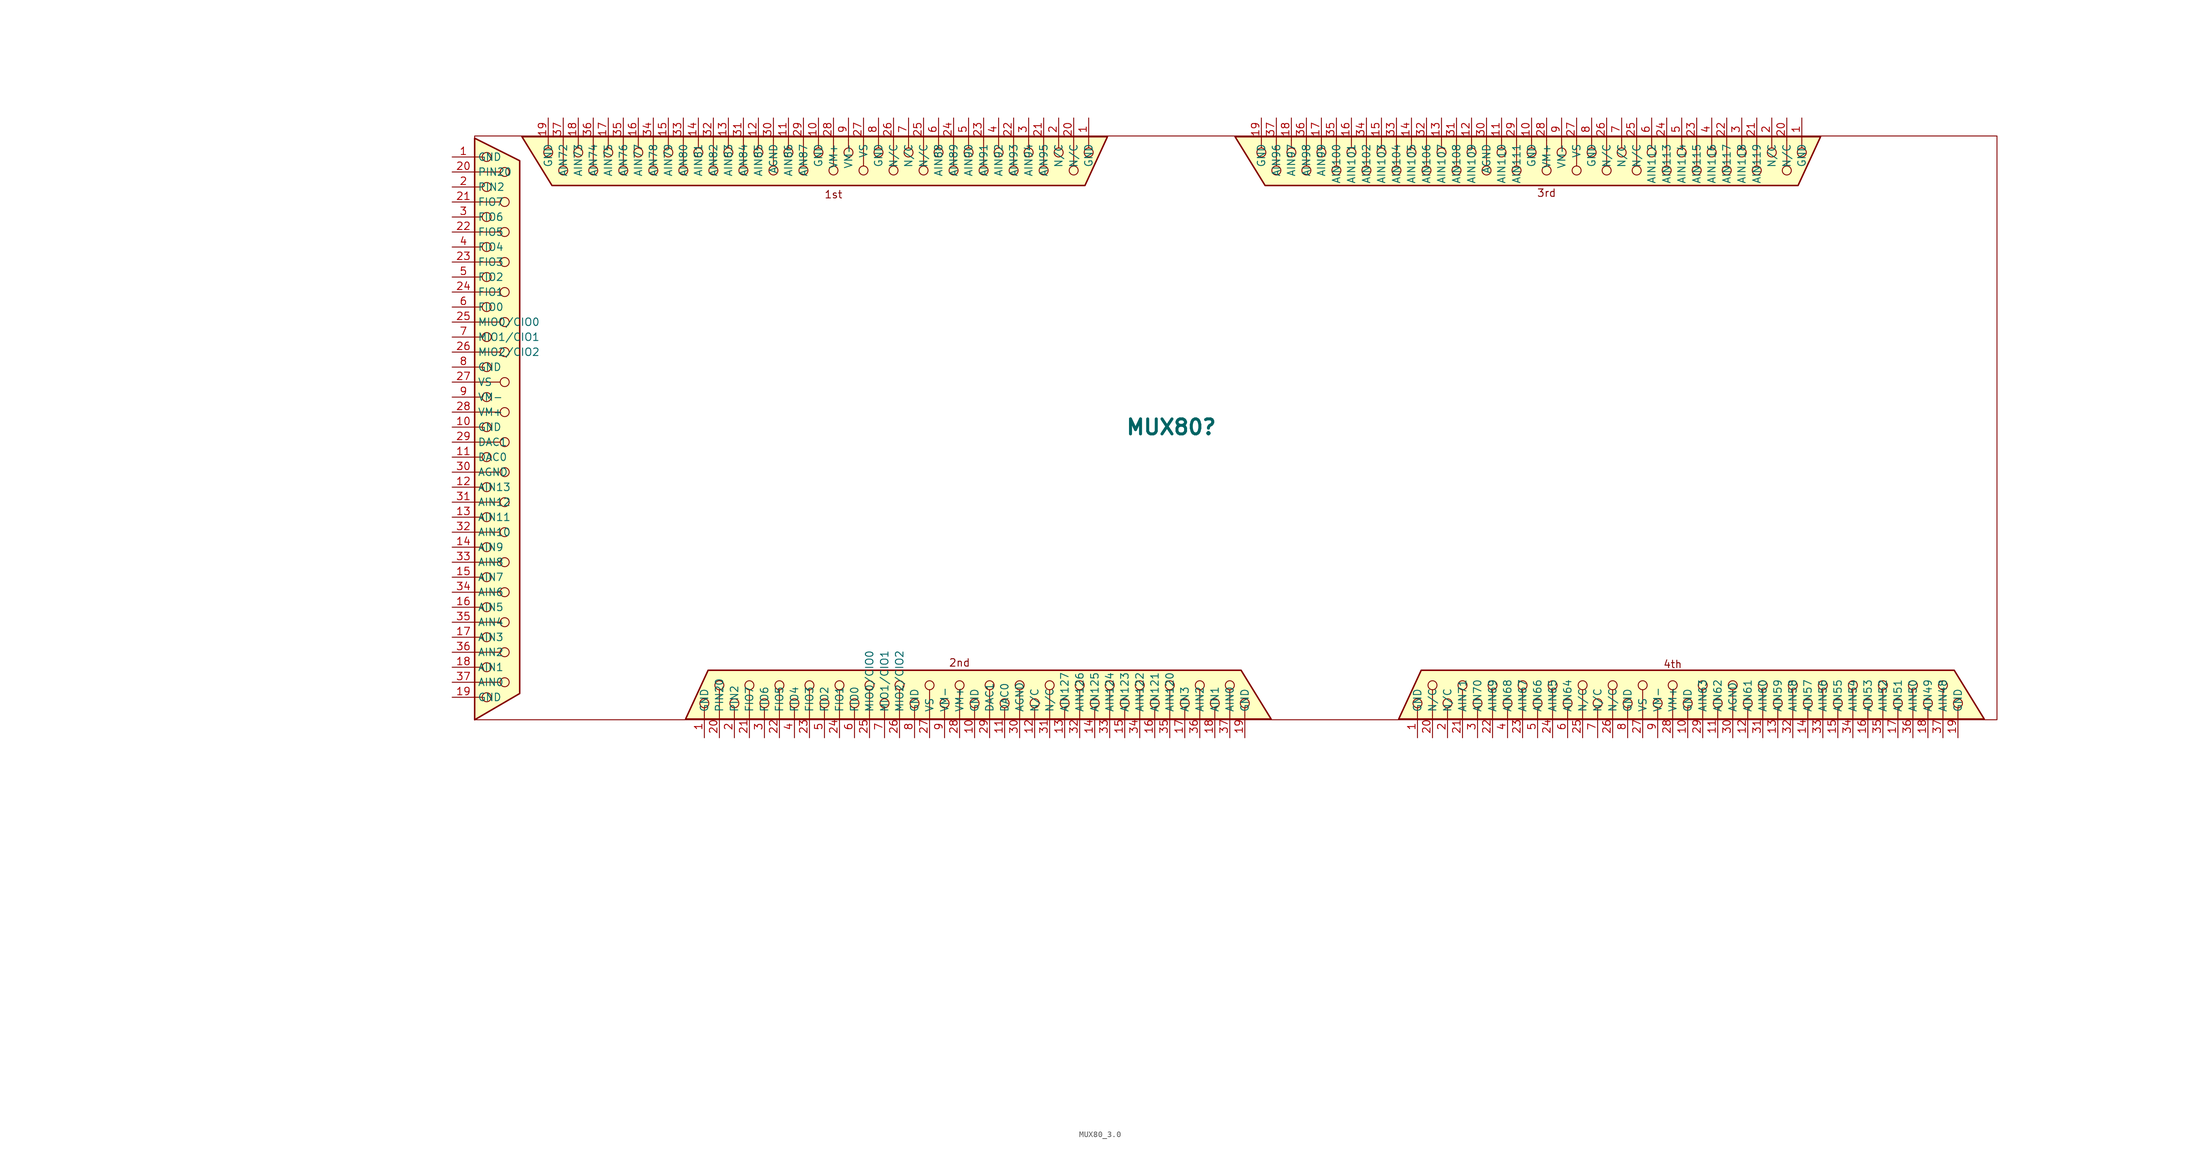
<source format=kicad_sym>
(kicad_symbol_lib
  (version 20241209)
  (generator "kicad_symbol_editor")
  (generator_version "9.0")
  (symbol "MUX80_3.0"
    (property "Reference" "MUX80"
      (at 163.576 102.87 0)
      (effects (font (size 2.54 2.54) (thickness 0.508) (bold yes))))
    (property "Value" ""
      (at 0 0 0)
      (effects (font (size 1.27 1.27))))
    (symbol "MUX80_3.0_0_1"
      (rectangle (start 45.72 152.146) (end 303.276 53.34) (stroke (width 0) (type default)) (fill (type none)))
      (polyline (pts (xy 45.72 148.59) (xy 46.99 148.59)) (stroke (width 0) (type default)) (fill (type none)))
      (polyline (pts (xy 45.72 146.05) (xy 50.038 146.05)) (stroke (width 0) (type default)) (fill (type none)))
      (polyline (pts (xy 45.72 143.51) (xy 46.99 143.51)) (stroke (width 0) (type default)) (fill (type none)))
      (polyline (pts (xy 45.72 140.97) (xy 50.038 140.97)) (stroke (width 0) (type default)) (fill (type none)))
      (polyline (pts (xy 45.72 138.43) (xy 46.99 138.43)) (stroke (width 0) (type default)) (fill (type none)))
      (polyline (pts (xy 45.72 135.89) (xy 50.038 135.89)) (stroke (width 0) (type default)) (fill (type none)))
      (polyline (pts (xy 45.72 133.35) (xy 46.99 133.35)) (stroke (width 0) (type default)) (fill (type none)))
      (polyline (pts (xy 45.72 130.81) (xy 50.038 130.81)) (stroke (width 0) (type default)) (fill (type none)))
      (polyline (pts (xy 45.72 128.27) (xy 46.99 128.27)) (stroke (width 0) (type default)) (fill (type none)))
      (polyline (pts (xy 45.72 125.73) (xy 50.038 125.73)) (stroke (width 0) (type default)) (fill (type none)))
      (polyline (pts (xy 45.72 123.19) (xy 46.99 123.19)) (stroke (width 0) (type default)) (fill (type none)))
      (polyline (pts (xy 45.72 120.65) (xy 50.038 120.65)) (stroke (width 0) (type default)) (fill (type none)))
      (polyline (pts (xy 45.72 118.11) (xy 46.99 118.11)) (stroke (width 0) (type default)) (fill (type none)))
      (polyline (pts (xy 45.72 115.57) (xy 50.038 115.57)) (stroke (width 0) (type default)) (fill (type none)))
      (polyline (pts (xy 45.72 113.03) (xy 46.99 113.03)) (stroke (width 0) (type default)) (fill (type none)))
      (polyline (pts (xy 45.72 110.49) (xy 50.038 110.49)) (stroke (width 0) (type default)) (fill (type none)))
      (polyline (pts (xy 45.72 107.95) (xy 46.99 107.95)) (stroke (width 0) (type default)) (fill (type none)))
      (polyline (pts (xy 45.72 105.41) (xy 50.038 105.41)) (stroke (width 0) (type default)) (fill (type none)))
      (polyline (pts (xy 45.72 102.87) (xy 46.99 102.87)) (stroke (width 0) (type default)) (fill (type none)))
      (polyline (pts (xy 45.72 100.33) (xy 50.038 100.33)) (stroke (width 0) (type default)) (fill (type none)))
      (polyline (pts (xy 45.72 97.79) (xy 46.99 97.79)) (stroke (width 0) (type default)) (fill (type none)))
      (polyline (pts (xy 45.72 95.25) (xy 50.038 95.25)) (stroke (width 0) (type default)) (fill (type none)))
      (polyline (pts (xy 45.72 92.71) (xy 46.99 92.71)) (stroke (width 0) (type default)) (fill (type none)))
      (polyline (pts (xy 45.72 90.17) (xy 50.038 90.17)) (stroke (width 0) (type default)) (fill (type none)))
      (polyline (pts (xy 45.72 87.63) (xy 46.99 87.63)) (stroke (width 0) (type default)) (fill (type none)))
      (polyline (pts (xy 45.72 85.09) (xy 50.038 85.09)) (stroke (width 0) (type default)) (fill (type none)))
      (polyline (pts (xy 45.72 82.55) (xy 46.99 82.55)) (stroke (width 0) (type default)) (fill (type none)))
      (polyline (pts (xy 45.72 80.01) (xy 50.038 80.01)) (stroke (width 0) (type default)) (fill (type none)))
      (polyline (pts (xy 45.72 77.47) (xy 46.99 77.47)) (stroke (width 0) (type default)) (fill (type none)))
      (polyline (pts (xy 45.72 74.93) (xy 50.038 74.93)) (stroke (width 0) (type default)) (fill (type none)))
      (polyline (pts (xy 45.72 72.39) (xy 46.99 72.39)) (stroke (width 0) (type default)) (fill (type none)))
      (polyline (pts (xy 45.72 69.85) (xy 50.038 69.85)) (stroke (width 0) (type default)) (fill (type none)))
      (polyline (pts (xy 45.72 67.31) (xy 46.99 67.31)) (stroke (width 0) (type default)) (fill (type none)))
      (polyline (pts (xy 45.72 64.77) (xy 50.038 64.77)) (stroke (width 0) (type default)) (fill (type none)))
      (polyline (pts (xy 45.72 62.23) (xy 46.99 62.23)) (stroke (width 0) (type default)) (fill (type none)))
      (polyline (pts (xy 45.72 59.69) (xy 50.038 59.69)) (stroke (width 0) (type default)) (fill (type none)))
      (polyline (pts (xy 45.72 57.15) (xy 46.99 57.15)) (stroke (width 0) (type default)) (fill (type none)))
      (polyline (pts (xy 45.72 53.34) (xy 53.34 57.785) (xy 53.34 147.955) (xy 45.72 151.765) (xy 45.72 53.34)) (stroke (width 0.254) (type default)) (fill (type background)))
      (circle (center 47.752 148.59) (radius 0.762) (stroke (width 0) (type default)) (fill (type none)))
      (circle (center 47.752 143.51) (radius 0.762) (stroke (width 0) (type default)) (fill (type none)))
      (circle (center 47.752 138.43) (radius 0.762) (stroke (width 0) (type default)) (fill (type none)))
      (circle (center 47.752 133.35) (radius 0.762) (stroke (width 0) (type default)) (fill (type none)))
      (circle (center 47.752 128.27) (radius 0.762) (stroke (width 0) (type default)) (fill (type none)))
      (circle (center 47.752 123.19) (radius 0.762) (stroke (width 0) (type default)) (fill (type none)))
      (circle (center 47.752 118.11) (radius 0.762) (stroke (width 0) (type default)) (fill (type none)))
      (circle (center 47.752 113.03) (radius 0.762) (stroke (width 0) (type default)) (fill (type none)))
      (circle (center 47.752 107.95) (radius 0.762) (stroke (width 0) (type default)) (fill (type none)))
      (circle (center 47.752 102.87) (radius 0.762) (stroke (width 0) (type default)) (fill (type none)))
      (circle (center 47.752 97.79) (radius 0.762) (stroke (width 0) (type default)) (fill (type none)))
      (circle (center 47.752 92.71) (radius 0.762) (stroke (width 0) (type default)) (fill (type none)))
      (circle (center 47.752 87.63) (radius 0.762) (stroke (width 0) (type default)) (fill (type none)))
      (circle (center 47.752 82.55) (radius 0.762) (stroke (width 0) (type default)) (fill (type none)))
      (circle (center 47.752 77.47) (radius 0.762) (stroke (width 0) (type default)) (fill (type none)))
      (circle (center 47.752 72.39) (radius 0.762) (stroke (width 0) (type default)) (fill (type none)))
      (circle (center 47.752 67.31) (radius 0.762) (stroke (width 0) (type default)) (fill (type none)))
      (circle (center 47.752 62.23) (radius 0.762) (stroke (width 0) (type default)) (fill (type none)))
      (circle (center 47.752 57.15) (radius 0.762) (stroke (width 0) (type default)) (fill (type none)))
      (circle (center 50.8 146.05) (radius 0.762) (stroke (width 0) (type default)) (fill (type none)))
      (circle (center 50.8 140.97) (radius 0.762) (stroke (width 0) (type default)) (fill (type none)))
      (circle (center 50.8 135.89) (radius 0.762) (stroke (width 0) (type default)) (fill (type none)))
      (circle (center 50.8 130.81) (radius 0.762) (stroke (width 0) (type default)) (fill (type none)))
      (circle (center 50.8 125.73) (radius 0.762) (stroke (width 0) (type default)) (fill (type none)))
      (circle (center 50.8 120.65) (radius 0.762) (stroke (width 0) (type default)) (fill (type none)))
      (circle (center 50.8 115.57) (radius 0.762) (stroke (width 0) (type default)) (fill (type none)))
      (circle (center 50.8 110.49) (radius 0.762) (stroke (width 0) (type default)) (fill (type none)))
      (circle (center 50.8 105.41) (radius 0.762) (stroke (width 0) (type default)) (fill (type none)))
      (circle (center 50.8 100.33) (radius 0.762) (stroke (width 0) (type default)) (fill (type none)))
      (circle (center 50.8 95.25) (radius 0.762) (stroke (width 0) (type default)) (fill (type none)))
      (circle (center 50.8 90.17) (radius 0.762) (stroke (width 0) (type default)) (fill (type none)))
      (circle (center 50.8 85.09) (radius 0.762) (stroke (width 0) (type default)) (fill (type none)))
      (circle (center 50.8 80.01) (radius 0.762) (stroke (width 0) (type default)) (fill (type none)))
      (circle (center 50.8 74.93) (radius 0.762) (stroke (width 0) (type default)) (fill (type none)))
      (circle (center 50.8 69.85) (radius 0.762) (stroke (width 0) (type default)) (fill (type none)))
      (circle (center 50.8 64.77) (radius 0.762) (stroke (width 0) (type default)) (fill (type none)))
      (circle (center 50.8 59.69) (radius 0.762) (stroke (width 0) (type default)) (fill (type none)))
      (polyline (pts (xy 53.721 152.019) (xy 58.801 143.764) (xy 148.971 143.764) (xy 152.781 152.019) (xy 53.721 152.019)) (stroke (width 0.254) (type default)) (fill (type background)))
      (polyline (pts (xy 58.166 151.384) (xy 58.166 150.114)) (stroke (width 0) (type default)) (fill (type none)))
      (circle (center 58.166 149.352) (radius 0.762) (stroke (width 0) (type default)) (fill (type none)))
      (polyline (pts (xy 60.706 151.384) (xy 60.706 147.066)) (stroke (width 0) (type default)) (fill (type none)))
      (circle (center 60.706 146.304) (radius 0.762) (stroke (width 0) (type default)) (fill (type none)))
      (polyline (pts (xy 63.246 151.384) (xy 63.246 150.114)) (stroke (width 0) (type default)) (fill (type none)))
      (circle (center 63.246 149.352) (radius 0.762) (stroke (width 0) (type default)) (fill (type none)))
      (polyline (pts (xy 65.786 151.384) (xy 65.786 147.066)) (stroke (width 0) (type default)) (fill (type none)))
      (circle (center 65.786 146.304) (radius 0.762) (stroke (width 0) (type default)) (fill (type none)))
      (polyline (pts (xy 68.326 151.384) (xy 68.326 150.114)) (stroke (width 0) (type default)) (fill (type none)))
      (circle (center 68.326 149.352) (radius 0.762) (stroke (width 0) (type default)) (fill (type none)))
      (polyline (pts (xy 70.866 151.384) (xy 70.866 147.066)) (stroke (width 0) (type default)) (fill (type none)))
      (circle (center 70.866 146.304) (radius 0.762) (stroke (width 0) (type default)) (fill (type none)))
      (polyline (pts (xy 73.406 151.384) (xy 73.406 150.114)) (stroke (width 0) (type default)) (fill (type none)))
      (circle (center 73.406 149.352) (radius 0.762) (stroke (width 0) (type default)) (fill (type none)))
      (polyline (pts (xy 75.946 151.384) (xy 75.946 147.066)) (stroke (width 0) (type default)) (fill (type none)))
      (circle (center 75.946 146.304) (radius 0.762) (stroke (width 0) (type default)) (fill (type none)))
      (polyline (pts (xy 78.486 151.384) (xy 78.486 150.114)) (stroke (width 0) (type default)) (fill (type none)))
      (circle (center 78.486 149.352) (radius 0.762) (stroke (width 0) (type default)) (fill (type none)))
      (polyline (pts (xy 81.026 151.384) (xy 81.026 147.066)) (stroke (width 0) (type default)) (fill (type none)))
      (circle (center 81.026 146.304) (radius 0.762) (stroke (width 0) (type default)) (fill (type none)))
      (polyline (pts (xy 83.566 151.384) (xy 83.566 150.114)) (stroke (width 0) (type default)) (fill (type none)))
      (circle (center 83.566 149.352) (radius 0.762) (stroke (width 0) (type default)) (fill (type none)))
      (circle (center 84.582 56.134) (radius 0.762) (stroke (width 0) (type default)) (fill (type none)))
      (polyline (pts (xy 84.582 54.102) (xy 84.582 55.372)) (stroke (width 0) (type default)) (fill (type none)))
      (polyline (pts (xy 86.106 151.384) (xy 86.106 147.066)) (stroke (width 0) (type default)) (fill (type none)))
      (circle (center 86.106 146.304) (radius 0.762) (stroke (width 0) (type default)) (fill (type none)))
      (circle (center 87.122 59.182) (radius 0.762) (stroke (width 0) (type default)) (fill (type none)))
      (polyline (pts (xy 87.122 54.102) (xy 87.122 58.42)) (stroke (width 0) (type default)) (fill (type none)))
      (polyline (pts (xy 88.646 151.384) (xy 88.646 150.114)) (stroke (width 0) (type default)) (fill (type none)))
      (circle (center 88.646 149.352) (radius 0.762) (stroke (width 0) (type default)) (fill (type none)))
      (circle (center 89.662 56.134) (radius 0.762) (stroke (width 0) (type default)) (fill (type none)))
      (polyline (pts (xy 89.662 54.102) (xy 89.662 55.372)) (stroke (width 0) (type default)) (fill (type none)))
      (polyline (pts (xy 91.186 151.384) (xy 91.186 147.066)) (stroke (width 0) (type default)) (fill (type none)))
      (circle (center 91.186 146.304) (radius 0.762) (stroke (width 0) (type default)) (fill (type none)))
      (circle (center 92.202 59.182) (radius 0.762) (stroke (width 0) (type default)) (fill (type none)))
      (polyline (pts (xy 92.202 54.102) (xy 92.202 58.42)) (stroke (width 0) (type default)) (fill (type none)))
      (polyline (pts (xy 93.726 151.384) (xy 93.726 150.114)) (stroke (width 0) (type default)) (fill (type none)))
      (circle (center 93.726 149.352) (radius 0.762) (stroke (width 0) (type default)) (fill (type none)))
      (circle (center 94.742 56.134) (radius 0.762) (stroke (width 0) (type default)) (fill (type none)))
      (polyline (pts (xy 94.742 54.102) (xy 94.742 55.372)) (stroke (width 0) (type default)) (fill (type none)))
      (polyline (pts (xy 96.266 151.384) (xy 96.266 147.066)) (stroke (width 0) (type default)) (fill (type none)))
      (circle (center 96.266 146.304) (radius 0.762) (stroke (width 0) (type default)) (fill (type none)))
      (circle (center 97.282 59.182) (radius 0.762) (stroke (width 0) (type default)) (fill (type none)))
      (polyline (pts (xy 97.282 54.102) (xy 97.282 58.42)) (stroke (width 0) (type default)) (fill (type none)))
      (polyline (pts (xy 98.806 151.384) (xy 98.806 150.114)) (stroke (width 0) (type default)) (fill (type none)))
      (circle (center 98.806 149.352) (radius 0.762) (stroke (width 0) (type default)) (fill (type none)))
      (circle (center 99.822 56.134) (radius 0.762) (stroke (width 0) (type default)) (fill (type none)))
      (polyline (pts (xy 99.822 54.102) (xy 99.822 55.372)) (stroke (width 0) (type default)) (fill (type none)))
      (polyline (pts (xy 101.346 151.384) (xy 101.346 147.066)) (stroke (width 0) (type default)) (fill (type none)))
      (circle (center 101.346 146.304) (radius 0.762) (stroke (width 0) (type default)) (fill (type none)))
      (circle (center 102.362 59.182) (radius 0.762) (stroke (width 0) (type default)) (fill (type none)))
      (polyline (pts (xy 102.362 54.102) (xy 102.362 58.42)) (stroke (width 0) (type default)) (fill (type none)))
      (polyline (pts (xy 103.886 151.384) (xy 103.886 150.114)) (stroke (width 0) (type default)) (fill (type none)))
      (circle (center 103.886 149.352) (radius 0.762) (stroke (width 0) (type default)) (fill (type none)))
      (circle (center 104.902 56.134) (radius 0.762) (stroke (width 0) (type default)) (fill (type none)))
      (polyline (pts (xy 104.902 54.102) (xy 104.902 55.372)) (stroke (width 0) (type default)) (fill (type none)))
      (polyline (pts (xy 106.426 151.384) (xy 106.426 147.066)) (stroke (width 0) (type default)) (fill (type none)))
      (circle (center 106.426 146.304) (radius 0.762) (stroke (width 0) (type default)) (fill (type none)))
      (circle (center 107.442 59.182) (radius 0.762) (stroke (width 0) (type default)) (fill (type none)))
      (polyline (pts (xy 107.442 54.102) (xy 107.442 58.42)) (stroke (width 0) (type default)) (fill (type none)))
      (polyline (pts (xy 108.966 151.384) (xy 108.966 150.114)) (stroke (width 0) (type default)) (fill (type none)))
      (circle (center 108.966 149.352) (radius 0.762) (stroke (width 0) (type default)) (fill (type none)))
      (circle (center 109.982 56.134) (radius 0.762) (stroke (width 0) (type default)) (fill (type none)))
      (polyline (pts (xy 109.982 54.102) (xy 109.982 55.372)) (stroke (width 0) (type default)) (fill (type none)))
      (polyline (pts (xy 111.506 151.384) (xy 111.506 147.066)) (stroke (width 0) (type default)) (fill (type none)))
      (circle (center 111.506 146.304) (radius 0.762) (stroke (width 0) (type default)) (fill (type none)))
      (circle (center 112.522 59.182) (radius 0.762) (stroke (width 0) (type default)) (fill (type none)))
      (polyline (pts (xy 112.522 54.102) (xy 112.522 58.42)) (stroke (width 0) (type default)) (fill (type none)))
      (polyline (pts (xy 114.046 151.384) (xy 114.046 150.114)) (stroke (width 0) (type default)) (fill (type none)))
      (circle (center 114.046 149.352) (radius 0.762) (stroke (width 0) (type default)) (fill (type none)))
      (circle (center 115.062 56.134) (radius 0.762) (stroke (width 0) (type default)) (fill (type none)))
      (polyline (pts (xy 115.062 54.102) (xy 115.062 55.372)) (stroke (width 0) (type default)) (fill (type none)))
      (polyline (pts (xy 116.586 151.384) (xy 116.586 147.066)) (stroke (width 0) (type default)) (fill (type none)))
      (circle (center 116.586 146.304) (radius 0.762) (stroke (width 0) (type default)) (fill (type none)))
      (circle (center 117.602 59.182) (radius 0.762) (stroke (width 0) (type default)) (fill (type none)))
      (polyline (pts (xy 117.602 54.102) (xy 117.602 58.42)) (stroke (width 0) (type default)) (fill (type none)))
      (polyline (pts (xy 119.126 151.384) (xy 119.126 150.114)) (stroke (width 0) (type default)) (fill (type none)))
      (circle (center 119.126 149.352) (radius 0.762) (stroke (width 0) (type default)) (fill (type none)))
      (circle (center 120.142 56.134) (radius 0.762) (stroke (width 0) (type default)) (fill (type none)))
      (polyline (pts (xy 120.142 54.102) (xy 120.142 55.372)) (stroke (width 0) (type default)) (fill (type none)))
      (polyline (pts (xy 121.666 151.384) (xy 121.666 147.066)) (stroke (width 0) (type default)) (fill (type none)))
      (circle (center 121.666 146.304) (radius 0.762) (stroke (width 0) (type default)) (fill (type none)))
      (circle (center 122.682 59.182) (radius 0.762) (stroke (width 0) (type default)) (fill (type none)))
      (polyline (pts (xy 122.682 54.102) (xy 122.682 58.42)) (stroke (width 0) (type default)) (fill (type none)))
      (polyline (pts (xy 124.206 151.384) (xy 124.206 150.114)) (stroke (width 0) (type default)) (fill (type none)))
      (circle (center 124.206 149.352) (radius 0.762) (stroke (width 0) (type default)) (fill (type none)))
      (circle (center 125.222 56.134) (radius 0.762) (stroke (width 0) (type default)) (fill (type none)))
      (polyline (pts (xy 125.222 54.102) (xy 125.222 55.372)) (stroke (width 0) (type default)) (fill (type none)))
      (polyline (pts (xy 126.746 151.384) (xy 126.746 147.066)) (stroke (width 0) (type default)) (fill (type none)))
      (circle (center 126.746 146.304) (radius 0.762) (stroke (width 0) (type default)) (fill (type none)))
      (circle (center 127.762 59.182) (radius 0.762) (stroke (width 0) (type default)) (fill (type none)))
      (polyline (pts (xy 127.762 54.102) (xy 127.762 58.42)) (stroke (width 0) (type default)) (fill (type none)))
      (polyline (pts (xy 129.286 151.384) (xy 129.286 150.114)) (stroke (width 0) (type default)) (fill (type none)))
      (circle (center 129.286 149.352) (radius 0.762) (stroke (width 0) (type default)) (fill (type none)))
      (circle (center 130.302 56.134) (radius 0.762) (stroke (width 0) (type default)) (fill (type none)))
      (polyline (pts (xy 130.302 54.102) (xy 130.302 55.372)) (stroke (width 0) (type default)) (fill (type none)))
      (polyline (pts (xy 131.826 151.384) (xy 131.826 147.066)) (stroke (width 0) (type default)) (fill (type none)))
      (circle (center 131.826 146.304) (radius 0.762) (stroke (width 0) (type default)) (fill (type none)))
      (circle (center 132.842 59.182) (radius 0.762) (stroke (width 0) (type default)) (fill (type none)))
      (polyline (pts (xy 132.842 54.102) (xy 132.842 58.42)) (stroke (width 0) (type default)) (fill (type none)))
      (polyline (pts (xy 134.366 151.384) (xy 134.366 150.114)) (stroke (width 0) (type default)) (fill (type none)))
      (circle (center 134.366 149.352) (radius 0.762) (stroke (width 0) (type default)) (fill (type none)))
      (circle (center 135.382 56.134) (radius 0.762) (stroke (width 0) (type default)) (fill (type none)))
      (polyline (pts (xy 135.382 54.102) (xy 135.382 55.372)) (stroke (width 0) (type default)) (fill (type none)))
      (polyline (pts (xy 136.906 151.384) (xy 136.906 147.066)) (stroke (width 0) (type default)) (fill (type none)))
      (circle (center 136.906 146.304) (radius 0.762) (stroke (width 0) (type default)) (fill (type none)))
      (circle (center 137.922 59.182) (radius 0.762) (stroke (width 0) (type default)) (fill (type none)))
      (polyline (pts (xy 137.922 54.102) (xy 137.922 58.42)) (stroke (width 0) (type default)) (fill (type none)))
      (polyline (pts (xy 139.446 151.384) (xy 139.446 150.114)) (stroke (width 0) (type default)) (fill (type none)))
      (circle (center 139.446 149.352) (radius 0.762) (stroke (width 0) (type default)) (fill (type none)))
      (circle (center 140.462 56.134) (radius 0.762) (stroke (width 0) (type default)) (fill (type none)))
      (polyline (pts (xy 140.462 54.102) (xy 140.462 55.372)) (stroke (width 0) (type default)) (fill (type none)))
      (polyline (pts (xy 141.986 151.384) (xy 141.986 147.066)) (stroke (width 0) (type default)) (fill (type none)))
      (circle (center 141.986 146.304) (radius 0.762) (stroke (width 0) (type default)) (fill (type none)))
      (circle (center 143.002 59.182) (radius 0.762) (stroke (width 0) (type default)) (fill (type none)))
      (polyline (pts (xy 143.002 54.102) (xy 143.002 58.42)) (stroke (width 0) (type default)) (fill (type none)))
      (polyline (pts (xy 144.526 151.384) (xy 144.526 150.114)) (stroke (width 0) (type default)) (fill (type none)))
      (circle (center 144.526 149.352) (radius 0.762) (stroke (width 0) (type default)) (fill (type none)))
      (circle (center 145.542 56.134) (radius 0.762) (stroke (width 0) (type default)) (fill (type none)))
      (polyline (pts (xy 145.542 54.102) (xy 145.542 55.372)) (stroke (width 0) (type default)) (fill (type none)))
      (polyline (pts (xy 147.066 151.384) (xy 147.066 147.066)) (stroke (width 0) (type default)) (fill (type none)))
      (circle (center 147.066 146.304) (radius 0.762) (stroke (width 0) (type default)) (fill (type none)))
      (circle (center 148.082 59.182) (radius 0.762) (stroke (width 0) (type default)) (fill (type none)))
      (polyline (pts (xy 148.082 54.102) (xy 148.082 58.42)) (stroke (width 0) (type default)) (fill (type none)))
      (polyline (pts (xy 149.606 151.384) (xy 149.606 150.114)) (stroke (width 0) (type default)) (fill (type none)))
      (circle (center 149.606 149.352) (radius 0.762) (stroke (width 0) (type default)) (fill (type none)))
      (circle (center 150.622 56.134) (radius 0.762) (stroke (width 0) (type default)) (fill (type none)))
      (polyline (pts (xy 150.622 54.102) (xy 150.622 55.372)) (stroke (width 0) (type default)) (fill (type none)))
      (circle (center 153.162 59.182) (radius 0.762) (stroke (width 0) (type default)) (fill (type none)))
      (polyline (pts (xy 153.162 54.102) (xy 153.162 58.42)) (stroke (width 0) (type default)) (fill (type none)))
      (circle (center 155.702 56.134) (radius 0.762) (stroke (width 0) (type default)) (fill (type none)))
      (polyline (pts (xy 155.702 54.102) (xy 155.702 55.372)) (stroke (width 0) (type default)) (fill (type none)))
      (circle (center 158.242 59.182) (radius 0.762) (stroke (width 0) (type default)) (fill (type none)))
      (polyline (pts (xy 158.242 54.102) (xy 158.242 58.42)) (stroke (width 0) (type default)) (fill (type none)))
      (circle (center 160.782 56.134) (radius 0.762) (stroke (width 0) (type default)) (fill (type none)))
      (polyline (pts (xy 160.782 54.102) (xy 160.782 55.372)) (stroke (width 0) (type default)) (fill (type none)))
      (circle (center 163.322 59.182) (radius 0.762) (stroke (width 0) (type default)) (fill (type none)))
      (polyline (pts (xy 163.322 54.102) (xy 163.322 58.42)) (stroke (width 0) (type default)) (fill (type none)))
      (circle (center 165.862 56.134) (radius 0.762) (stroke (width 0) (type default)) (fill (type none)))
      (polyline (pts (xy 165.862 54.102) (xy 165.862 55.372)) (stroke (width 0) (type default)) (fill (type none)))
      (circle (center 168.402 59.182) (radius 0.762) (stroke (width 0) (type default)) (fill (type none)))
      (polyline (pts (xy 168.402 54.102) (xy 168.402 58.42)) (stroke (width 0) (type default)) (fill (type none)))
      (circle (center 170.942 56.134) (radius 0.762) (stroke (width 0) (type default)) (fill (type none)))
      (polyline (pts (xy 170.942 54.102) (xy 170.942 55.372)) (stroke (width 0) (type default)) (fill (type none)))
      (circle (center 173.482 59.182) (radius 0.762) (stroke (width 0) (type default)) (fill (type none)))
      (polyline (pts (xy 173.482 54.102) (xy 173.482 58.42)) (stroke (width 0) (type default)) (fill (type none)))
      (polyline (pts (xy 174.371 152.019) (xy 179.451 143.764) (xy 269.621 143.764) (xy 273.431 152.019) (xy 174.371 152.019)) (stroke (width 0.254) (type default)) (fill (type background)))
      (circle (center 176.022 56.134) (radius 0.762) (stroke (width 0) (type default)) (fill (type none)))
      (polyline (pts (xy 176.022 54.102) (xy 176.022 55.372)) (stroke (width 0) (type default)) (fill (type none)))
      (polyline (pts (xy 178.816 151.384) (xy 178.816 150.114)) (stroke (width 0) (type default)) (fill (type none)))
      (circle (center 178.816 149.352) (radius 0.762) (stroke (width 0) (type default)) (fill (type none)))
      (polyline (pts (xy 180.467 53.467) (xy 175.387 61.722) (xy 85.217 61.722) (xy 81.407 53.467) (xy 180.467 53.467)) (stroke (width 0.254) (type default)) (fill (type background)))
      (polyline (pts (xy 181.356 151.384) (xy 181.356 147.066)) (stroke (width 0) (type default)) (fill (type none)))
      (circle (center 181.356 146.304) (radius 0.762) (stroke (width 0) (type default)) (fill (type none)))
      (polyline (pts (xy 183.896 151.384) (xy 183.896 150.114)) (stroke (width 0) (type default)) (fill (type none)))
      (circle (center 183.896 149.352) (radius 0.762) (stroke (width 0) (type default)) (fill (type none)))
      (polyline (pts (xy 186.436 151.384) (xy 186.436 147.066)) (stroke (width 0) (type default)) (fill (type none)))
      (circle (center 186.436 146.304) (radius 0.762) (stroke (width 0) (type default)) (fill (type none)))
      (polyline (pts (xy 188.976 151.384) (xy 188.976 150.114)) (stroke (width 0) (type default)) (fill (type none)))
      (circle (center 188.976 149.352) (radius 0.762) (stroke (width 0) (type default)) (fill (type none)))
      (polyline (pts (xy 191.516 151.384) (xy 191.516 147.066)) (stroke (width 0) (type default)) (fill (type none)))
      (circle (center 191.516 146.304) (radius 0.762) (stroke (width 0) (type default)) (fill (type none)))
      (polyline (pts (xy 194.056 151.384) (xy 194.056 150.114)) (stroke (width 0) (type default)) (fill (type none)))
      (circle (center 194.056 149.352) (radius 0.762) (stroke (width 0) (type default)) (fill (type none)))
      (polyline (pts (xy 196.596 151.384) (xy 196.596 147.066)) (stroke (width 0) (type default)) (fill (type none)))
      (circle (center 196.596 146.304) (radius 0.762) (stroke (width 0) (type default)) (fill (type none)))
      (polyline (pts (xy 199.136 151.384) (xy 199.136 150.114)) (stroke (width 0) (type default)) (fill (type none)))
      (circle (center 199.136 149.352) (radius 0.762) (stroke (width 0) (type default)) (fill (type none)))
      (polyline (pts (xy 201.676 151.384) (xy 201.676 147.066)) (stroke (width 0) (type default)) (fill (type none)))
      (circle (center 201.676 146.304) (radius 0.762) (stroke (width 0) (type default)) (fill (type none)))
      (polyline (pts (xy 204.216 151.384) (xy 204.216 150.114)) (stroke (width 0) (type default)) (fill (type none)))
      (circle (center 204.216 149.352) (radius 0.762) (stroke (width 0) (type default)) (fill (type none)))
      (circle (center 205.232 56.134) (radius 0.762) (stroke (width 0) (type default)) (fill (type none)))
      (polyline (pts (xy 205.232 54.102) (xy 205.232 55.372)) (stroke (width 0) (type default)) (fill (type none)))
      (polyline (pts (xy 206.756 151.384) (xy 206.756 147.066)) (stroke (width 0) (type default)) (fill (type none)))
      (circle (center 206.756 146.304) (radius 0.762) (stroke (width 0) (type default)) (fill (type none)))
      (circle (center 207.772 59.182) (radius 0.762) (stroke (width 0) (type default)) (fill (type none)))
      (polyline (pts (xy 207.772 54.102) (xy 207.772 58.42)) (stroke (width 0) (type default)) (fill (type none)))
      (polyline (pts (xy 209.296 151.384) (xy 209.296 150.114)) (stroke (width 0) (type default)) (fill (type none)))
      (circle (center 209.296 149.352) (radius 0.762) (stroke (width 0) (type default)) (fill (type none)))
      (circle (center 210.312 56.134) (radius 0.762) (stroke (width 0) (type default)) (fill (type none)))
      (polyline (pts (xy 210.312 54.102) (xy 210.312 55.372)) (stroke (width 0) (type default)) (fill (type none)))
      (polyline (pts (xy 211.836 151.384) (xy 211.836 147.066)) (stroke (width 0) (type default)) (fill (type none)))
      (circle (center 211.836 146.304) (radius 0.762) (stroke (width 0) (type default)) (fill (type none)))
      (circle (center 212.852 59.182) (radius 0.762) (stroke (width 0) (type default)) (fill (type none)))
      (polyline (pts (xy 212.852 54.102) (xy 212.852 58.42)) (stroke (width 0) (type default)) (fill (type none)))
      (polyline (pts (xy 214.376 151.384) (xy 214.376 150.114)) (stroke (width 0) (type default)) (fill (type none)))
      (circle (center 214.376 149.352) (radius 0.762) (stroke (width 0) (type default)) (fill (type none)))
      (circle (center 215.392 56.134) (radius 0.762) (stroke (width 0) (type default)) (fill (type none)))
      (polyline (pts (xy 215.392 54.102) (xy 215.392 55.372)) (stroke (width 0) (type default)) (fill (type none)))
      (polyline (pts (xy 216.916 151.384) (xy 216.916 147.066)) (stroke (width 0) (type default)) (fill (type none)))
      (circle (center 216.916 146.304) (radius 0.762) (stroke (width 0) (type default)) (fill (type none)))
      (circle (center 217.932 59.182) (radius 0.762) (stroke (width 0) (type default)) (fill (type none)))
      (polyline (pts (xy 217.932 54.102) (xy 217.932 58.42)) (stroke (width 0) (type default)) (fill (type none)))
      (polyline (pts (xy 219.456 151.384) (xy 219.456 150.114)) (stroke (width 0) (type default)) (fill (type none)))
      (circle (center 219.456 149.352) (radius 0.762) (stroke (width 0) (type default)) (fill (type none)))
      (circle (center 220.472 56.134) (radius 0.762) (stroke (width 0) (type default)) (fill (type none)))
      (polyline (pts (xy 220.472 54.102) (xy 220.472 55.372)) (stroke (width 0) (type default)) (fill (type none)))
      (polyline (pts (xy 221.996 151.384) (xy 221.996 147.066)) (stroke (width 0) (type default)) (fill (type none)))
      (circle (center 221.996 146.304) (radius 0.762) (stroke (width 0) (type default)) (fill (type none)))
      (circle (center 223.012 59.182) (radius 0.762) (stroke (width 0) (type default)) (fill (type none)))
      (polyline (pts (xy 223.012 54.102) (xy 223.012 58.42)) (stroke (width 0) (type default)) (fill (type none)))
      (polyline (pts (xy 224.536 151.384) (xy 224.536 150.114)) (stroke (width 0) (type default)) (fill (type none)))
      (circle (center 224.536 149.352) (radius 0.762) (stroke (width 0) (type default)) (fill (type none)))
      (circle (center 225.552 56.134) (radius 0.762) (stroke (width 0) (type default)) (fill (type none)))
      (polyline (pts (xy 225.552 54.102) (xy 225.552 55.372)) (stroke (width 0) (type default)) (fill (type none)))
      (polyline (pts (xy 227.076 151.384) (xy 227.076 147.066)) (stroke (width 0) (type default)) (fill (type none)))
      (circle (center 227.076 146.304) (radius 0.762) (stroke (width 0) (type default)) (fill (type none)))
      (circle (center 228.092 59.182) (radius 0.762) (stroke (width 0) (type default)) (fill (type none)))
      (polyline (pts (xy 228.092 54.102) (xy 228.092 58.42)) (stroke (width 0) (type default)) (fill (type none)))
      (polyline (pts (xy 229.616 151.384) (xy 229.616 150.114)) (stroke (width 0) (type default)) (fill (type none)))
      (circle (center 229.616 149.352) (radius 0.762) (stroke (width 0) (type default)) (fill (type none)))
      (circle (center 230.632 56.134) (radius 0.762) (stroke (width 0) (type default)) (fill (type none)))
      (polyline (pts (xy 230.632 54.102) (xy 230.632 55.372)) (stroke (width 0) (type default)) (fill (type none)))
      (polyline (pts (xy 232.156 151.384) (xy 232.156 147.066)) (stroke (width 0) (type default)) (fill (type none)))
      (circle (center 232.156 146.304) (radius 0.762) (stroke (width 0) (type default)) (fill (type none)))
      (circle (center 233.172 59.182) (radius 0.762) (stroke (width 0) (type default)) (fill (type none)))
      (polyline (pts (xy 233.172 54.102) (xy 233.172 58.42)) (stroke (width 0) (type default)) (fill (type none)))
      (polyline (pts (xy 234.696 151.384) (xy 234.696 150.114)) (stroke (width 0) (type default)) (fill (type none)))
      (circle (center 234.696 149.352) (radius 0.762) (stroke (width 0) (type default)) (fill (type none)))
      (circle (center 235.712 56.134) (radius 0.762) (stroke (width 0) (type default)) (fill (type none)))
      (polyline (pts (xy 235.712 54.102) (xy 235.712 55.372)) (stroke (width 0) (type default)) (fill (type none)))
      (polyline (pts (xy 237.236 151.384) (xy 237.236 147.066)) (stroke (width 0) (type default)) (fill (type none)))
      (circle (center 237.236 146.304) (radius 0.762) (stroke (width 0) (type default)) (fill (type none)))
      (circle (center 238.252 59.182) (radius 0.762) (stroke (width 0) (type default)) (fill (type none)))
      (polyline (pts (xy 238.252 54.102) (xy 238.252 58.42)) (stroke (width 0) (type default)) (fill (type none)))
      (polyline (pts (xy 239.776 151.384) (xy 239.776 150.114)) (stroke (width 0) (type default)) (fill (type none)))
      (circle (center 239.776 149.352) (radius 0.762) (stroke (width 0) (type default)) (fill (type none)))
      (circle (center 240.792 56.134) (radius 0.762) (stroke (width 0) (type default)) (fill (type none)))
      (polyline (pts (xy 240.792 54.102) (xy 240.792 55.372)) (stroke (width 0) (type default)) (fill (type none)))
      (polyline (pts (xy 242.316 151.384) (xy 242.316 147.066)) (stroke (width 0) (type default)) (fill (type none)))
      (circle (center 242.316 146.304) (radius 0.762) (stroke (width 0) (type default)) (fill (type none)))
      (circle (center 243.332 59.182) (radius 0.762) (stroke (width 0) (type default)) (fill (type none)))
      (polyline (pts (xy 243.332 54.102) (xy 243.332 58.42)) (stroke (width 0) (type default)) (fill (type none)))
      (polyline (pts (xy 244.856 151.384) (xy 244.856 150.114)) (stroke (width 0) (type default)) (fill (type none)))
      (circle (center 244.856 149.352) (radius 0.762) (stroke (width 0) (type default)) (fill (type none)))
      (circle (center 245.872 56.134) (radius 0.762) (stroke (width 0) (type default)) (fill (type none)))
      (polyline (pts (xy 245.872 54.102) (xy 245.872 55.372)) (stroke (width 0) (type default)) (fill (type none)))
      (polyline (pts (xy 247.396 151.384) (xy 247.396 147.066)) (stroke (width 0) (type default)) (fill (type none)))
      (circle (center 247.396 146.304) (radius 0.762) (stroke (width 0) (type default)) (fill (type none)))
      (circle (center 248.412 59.182) (radius 0.762) (stroke (width 0) (type default)) (fill (type none)))
      (polyline (pts (xy 248.412 54.102) (xy 248.412 58.42)) (stroke (width 0) (type default)) (fill (type none)))
      (polyline (pts (xy 249.936 151.384) (xy 249.936 150.114)) (stroke (width 0) (type default)) (fill (type none)))
      (circle (center 249.936 149.352) (radius 0.762) (stroke (width 0) (type default)) (fill (type none)))
      (circle (center 250.952 56.134) (radius 0.762) (stroke (width 0) (type default)) (fill (type none)))
      (polyline (pts (xy 250.952 54.102) (xy 250.952 55.372)) (stroke (width 0) (type default)) (fill (type none)))
      (polyline (pts (xy 252.476 151.384) (xy 252.476 147.066)) (stroke (width 0) (type default)) (fill (type none)))
      (circle (center 252.476 146.304) (radius 0.762) (stroke (width 0) (type default)) (fill (type none)))
      (circle (center 253.492 59.182) (radius 0.762) (stroke (width 0) (type default)) (fill (type none)))
      (polyline (pts (xy 253.492 54.102) (xy 253.492 58.42)) (stroke (width 0) (type default)) (fill (type none)))
      (polyline (pts (xy 255.016 151.384) (xy 255.016 150.114)) (stroke (width 0) (type default)) (fill (type none)))
      (circle (center 255.016 149.352) (radius 0.762) (stroke (width 0) (type default)) (fill (type none)))
      (circle (center 256.032 56.134) (radius 0.762) (stroke (width 0) (type default)) (fill (type none)))
      (polyline (pts (xy 256.032 54.102) (xy 256.032 55.372)) (stroke (width 0) (type default)) (fill (type none)))
      (polyline (pts (xy 257.556 151.384) (xy 257.556 147.066)) (stroke (width 0) (type default)) (fill (type none)))
      (circle (center 257.556 146.304) (radius 0.762) (stroke (width 0) (type default)) (fill (type none)))
      (circle (center 258.572 59.182) (radius 0.762) (stroke (width 0) (type default)) (fill (type none)))
      (polyline (pts (xy 258.572 54.102) (xy 258.572 58.42)) (stroke (width 0) (type default)) (fill (type none)))
      (polyline (pts (xy 260.096 151.384) (xy 260.096 150.114)) (stroke (width 0) (type default)) (fill (type none)))
      (circle (center 260.096 149.352) (radius 0.762) (stroke (width 0) (type default)) (fill (type none)))
      (circle (center 261.112 56.134) (radius 0.762) (stroke (width 0) (type default)) (fill (type none)))
      (polyline (pts (xy 261.112 54.102) (xy 261.112 55.372)) (stroke (width 0) (type default)) (fill (type none)))
      (polyline (pts (xy 262.636 151.384) (xy 262.636 147.066)) (stroke (width 0) (type default)) (fill (type none)))
      (circle (center 262.636 146.304) (radius 0.762) (stroke (width 0) (type default)) (fill (type none)))
      (circle (center 263.652 59.182) (radius 0.762) (stroke (width 0) (type default)) (fill (type none)))
      (polyline (pts (xy 263.652 54.102) (xy 263.652 58.42)) (stroke (width 0) (type default)) (fill (type none)))
      (polyline (pts (xy 265.176 151.384) (xy 265.176 150.114)) (stroke (width 0) (type default)) (fill (type none)))
      (circle (center 265.176 149.352) (radius 0.762) (stroke (width 0) (type default)) (fill (type none)))
      (circle (center 266.192 56.134) (radius 0.762) (stroke (width 0) (type default)) (fill (type none)))
      (polyline (pts (xy 266.192 54.102) (xy 266.192 55.372)) (stroke (width 0) (type default)) (fill (type none)))
      (polyline (pts (xy 267.716 151.384) (xy 267.716 147.066)) (stroke (width 0) (type default)) (fill (type none)))
      (circle (center 267.716 146.304) (radius 0.762) (stroke (width 0) (type default)) (fill (type none)))
      (circle (center 268.732 59.182) (radius 0.762) (stroke (width 0) (type default)) (fill (type none)))
      (polyline (pts (xy 268.732 54.102) (xy 268.732 58.42)) (stroke (width 0) (type default)) (fill (type none)))
      (polyline (pts (xy 270.256 151.384) (xy 270.256 150.114)) (stroke (width 0) (type default)) (fill (type none)))
      (circle (center 270.256 149.352) (radius 0.762) (stroke (width 0) (type default)) (fill (type none)))
      (circle (center 271.272 56.134) (radius 0.762) (stroke (width 0) (type default)) (fill (type none)))
      (polyline (pts (xy 271.272 54.102) (xy 271.272 55.372)) (stroke (width 0) (type default)) (fill (type none)))
      (circle (center 273.812 59.182) (radius 0.762) (stroke (width 0) (type default)) (fill (type none)))
      (polyline (pts (xy 273.812 54.102) (xy 273.812 58.42)) (stroke (width 0) (type default)) (fill (type none)))
      (circle (center 276.352 56.134) (radius 0.762) (stroke (width 0) (type default)) (fill (type none)))
      (polyline (pts (xy 276.352 54.102) (xy 276.352 55.372)) (stroke (width 0) (type default)) (fill (type none)))
      (circle (center 278.892 59.182) (radius 0.762) (stroke (width 0) (type default)) (fill (type none)))
      (polyline (pts (xy 278.892 54.102) (xy 278.892 58.42)) (stroke (width 0) (type default)) (fill (type none)))
      (circle (center 281.432 56.134) (radius 0.762) (stroke (width 0) (type default)) (fill (type none)))
      (polyline (pts (xy 281.432 54.102) (xy 281.432 55.372)) (stroke (width 0) (type default)) (fill (type none)))
      (circle (center 283.972 59.182) (radius 0.762) (stroke (width 0) (type default)) (fill (type none)))
      (polyline (pts (xy 283.972 54.102) (xy 283.972 58.42)) (stroke (width 0) (type default)) (fill (type none)))
      (circle (center 286.512 56.134) (radius 0.762) (stroke (width 0) (type default)) (fill (type none)))
      (polyline (pts (xy 286.512 54.102) (xy 286.512 55.372)) (stroke (width 0) (type default)) (fill (type none)))
      (circle (center 289.052 59.182) (radius 0.762) (stroke (width 0) (type default)) (fill (type none)))
      (polyline (pts (xy 289.052 54.102) (xy 289.052 58.42)) (stroke (width 0) (type default)) (fill (type none)))
      (circle (center 291.592 56.134) (radius 0.762) (stroke (width 0) (type default)) (fill (type none)))
      (polyline (pts (xy 291.592 54.102) (xy 291.592 55.372)) (stroke (width 0) (type default)) (fill (type none)))
      (circle (center 294.132 59.182) (radius 0.762) (stroke (width 0) (type default)) (fill (type none)))
      (polyline (pts (xy 294.132 54.102) (xy 294.132 58.42)) (stroke (width 0) (type default)) (fill (type none)))
      (circle (center 296.672 56.134) (radius 0.762) (stroke (width 0) (type default)) (fill (type none)))
      (polyline (pts (xy 296.672 54.102) (xy 296.672 55.372)) (stroke (width 0) (type default)) (fill (type none)))
      (polyline (pts (xy 301.117 53.467) (xy 296.037 61.722) (xy 205.867 61.722) (xy 202.057 53.467) (xy 301.117 53.467)) (stroke (width 0.254) (type default)) (fill (type background))))
    (symbol "MUX80_3.0_1_1"
      (text "1st" (at 106.426 142.24 0) (effects (font (size 1.27 1.27))))
      (text "2nd" (at 127.762 62.992 0) (effects (font (size 1.27 1.27))))
      (text "3rd\n" (at 227.076 142.494 0) (effects (font (size 1.27 1.27))))
      (text "4th" (at 248.412 62.738 0) (effects (font (size 1.27 1.27))))
      (pin passive line (at 41.91 148.59 0) (length 3.81) (name "GND" (effects (font (size 1.27 1.27)))) (number "1" (effects (font (size 1.27 1.27)))))
      (pin passive line (at 41.91 146.05 0) (length 3.81) (name "PIN20" (effects (font (size 1.27 1.27)))) (number "20" (effects (font (size 1.27 1.27)))))
      (pin passive line (at 41.91 143.51 0) (length 3.81) (name "PIN2" (effects (font (size 1.27 1.27)))) (number "2" (effects (font (size 1.27 1.27)))))
      (pin passive line (at 41.91 140.97 0) (length 3.81) (name "FIO7" (effects (font (size 1.27 1.27)))) (number "21" (effects (font (size 1.27 1.27)))))
      (pin passive line (at 41.91 138.43 0) (length 3.81) (name "FIO6" (effects (font (size 1.27 1.27)))) (number "3" (effects (font (size 1.27 1.27)))))
      (pin passive line (at 41.91 135.89 0) (length 3.81) (name "FIO5" (effects (font (size 1.27 1.27)))) (number "22" (effects (font (size 1.27 1.27)))))
      (pin passive line (at 41.91 133.35 0) (length 3.81) (name "FIO4" (effects (font (size 1.27 1.27)))) (number "4" (effects (font (size 1.27 1.27)))))
      (pin passive line (at 41.91 130.81 0) (length 3.81) (name "FIO3" (effects (font (size 1.27 1.27)))) (number "23" (effects (font (size 1.27 1.27)))))
      (pin passive line (at 41.91 128.27 0) (length 3.81) (name "FIO2" (effects (font (size 1.27 1.27)))) (number "5" (effects (font (size 1.27 1.27)))))
      (pin passive line (at 41.91 125.73 0) (length 3.81) (name "FIO1" (effects (font (size 1.27 1.27)))) (number "24" (effects (font (size 1.27 1.27)))))
      (pin passive line (at 41.91 123.19 0) (length 3.81) (name "FIO0" (effects (font (size 1.27 1.27)))) (number "6" (effects (font (size 1.27 1.27)))))
      (pin passive line (at 41.91 120.65 0) (length 3.81) (name "MIO0/CIO0" (effects (font (size 1.27 1.27)))) (number "25" (effects (font (size 1.27 1.27)))))
      (pin passive line (at 41.91 118.11 0) (length 3.81) (name "MIO1/CIO1" (effects (font (size 1.27 1.27)))) (number "7" (effects (font (size 1.27 1.27)))))
      (pin passive line (at 41.91 115.57 0) (length 3.81) (name "MIO2/CIO2" (effects (font (size 1.27 1.27)))) (number "26" (effects (font (size 1.27 1.27)))))
      (pin passive line (at 41.91 113.03 0) (length 3.81) (name "GND" (effects (font (size 1.27 1.27)))) (number "8" (effects (font (size 1.27 1.27)))))
      (pin passive line (at 41.91 110.49 0) (length 3.81) (name "VS" (effects (font (size 1.27 1.27)))) (number "27" (effects (font (size 1.27 1.27)))))
      (pin passive line (at 41.91 107.95 0) (length 3.81) (name "VM-" (effects (font (size 1.27 1.27)))) (number "9" (effects (font (size 1.27 1.27)))))
      (pin passive line (at 41.91 105.41 0) (length 3.81) (name "VM+" (effects (font (size 1.27 1.27)))) (number "28" (effects (font (size 1.27 1.27)))))
      (pin passive line (at 41.91 102.87 0) (length 3.81) (name "GND" (effects (font (size 1.27 1.27)))) (number "10" (effects (font (size 1.27 1.27)))))
      (pin passive line (at 41.91 100.33 0) (length 3.81) (name "DAC1" (effects (font (size 1.27 1.27)))) (number "29" (effects (font (size 1.27 1.27)))))
      (pin passive line (at 41.91 97.79 0) (length 3.81) (name "DAC0" (effects (font (size 1.27 1.27)))) (number "11" (effects (font (size 1.27 1.27)))))
      (pin passive line (at 41.91 95.25 0) (length 3.81) (name "AGND" (effects (font (size 1.27 1.27)))) (number "30" (effects (font (size 1.27 1.27)))))
      (pin passive line (at 41.91 92.71 0) (length 3.81) (name "AIN13" (effects (font (size 1.27 1.27)))) (number "12" (effects (font (size 1.27 1.27)))))
      (pin passive line (at 41.91 90.17 0) (length 3.81) (name "AIN12" (effects (font (size 1.27 1.27)))) (number "31" (effects (font (size 1.27 1.27)))))
      (pin passive line (at 41.91 87.63 0) (length 3.81) (name "AIN11" (effects (font (size 1.27 1.27)))) (number "13" (effects (font (size 1.27 1.27)))))
      (pin passive line (at 41.91 85.09 0) (length 3.81) (name "AIN10" (effects (font (size 1.27 1.27)))) (number "32" (effects (font (size 1.27 1.27)))))
      (pin passive line (at 41.91 82.55 0) (length 3.81) (name "AIN9" (effects (font (size 1.27 1.27)))) (number "14" (effects (font (size 1.27 1.27)))))
      (pin passive line (at 41.91 80.01 0) (length 3.81) (name "AIN8" (effects (font (size 1.27 1.27)))) (number "33" (effects (font (size 1.27 1.27)))))
      (pin passive line (at 41.91 77.47 0) (length 3.81) (name "AIN7" (effects (font (size 1.27 1.27)))) (number "15" (effects (font (size 1.27 1.27)))))
      (pin passive line (at 41.91 74.93 0) (length 3.81) (name "AIN6" (effects (font (size 1.27 1.27)))) (number "34" (effects (font (size 1.27 1.27)))))
      (pin passive line (at 41.91 72.39 0) (length 3.81) (name "AIN5" (effects (font (size 1.27 1.27)))) (number "16" (effects (font (size 1.27 1.27)))))
      (pin passive line (at 41.91 69.85 0) (length 3.81) (name "AIN4" (effects (font (size 1.27 1.27)))) (number "35" (effects (font (size 1.27 1.27)))))
      (pin passive line (at 41.91 67.31 0) (length 3.81) (name "AIN3" (effects (font (size 1.27 1.27)))) (number "17" (effects (font (size 1.27 1.27)))))
      (pin passive line (at 41.91 64.77 0) (length 3.81) (name "AIN2" (effects (font (size 1.27 1.27)))) (number "36" (effects (font (size 1.27 1.27)))))
      (pin passive line (at 41.91 62.23 0) (length 3.81) (name "AIN1" (effects (font (size 1.27 1.27)))) (number "18" (effects (font (size 1.27 1.27)))))
      (pin passive line (at 41.91 59.69 0) (length 3.81) (name "AIN0" (effects (font (size 1.27 1.27)))) (number "37" (effects (font (size 1.27 1.27)))))
      (pin passive line (at 41.91 57.15 0) (length 3.81) (name "GND" (effects (font (size 1.27 1.27)))) (number "19" (effects (font (size 1.27 1.27)))))
      (pin passive line (at 58.166 155.194 270) (length 3.81) (name "GND" (effects (font (size 1.27 1.27)))) (number "19" (effects (font (size 1.27 1.27)))))
      (pin passive line (at 60.706 155.194 270) (length 3.81) (name "AIN72" (effects (font (size 1.27 1.27)))) (number "37" (effects (font (size 1.27 1.27)))))
      (pin passive line (at 63.246 155.194 270) (length 3.81) (name "AIN73" (effects (font (size 1.27 1.27)))) (number "18" (effects (font (size 1.27 1.27)))))
      (pin passive line (at 65.786 155.194 270) (length 3.81) (name "AIN74" (effects (font (size 1.27 1.27)))) (number "36" (effects (font (size 1.27 1.27)))))
      (pin passive line (at 68.326 155.194 270) (length 3.81) (name "AIN75" (effects (font (size 1.27 1.27)))) (number "17" (effects (font (size 1.27 1.27)))))
      (pin passive line (at 70.866 155.194 270) (length 3.81) (name "AIN76" (effects (font (size 1.27 1.27)))) (number "35" (effects (font (size 1.27 1.27)))))
      (pin passive line (at 73.406 155.194 270) (length 3.81) (name "AIN77" (effects (font (size 1.27 1.27)))) (number "16" (effects (font (size 1.27 1.27)))))
      (pin passive line (at 75.946 155.194 270) (length 3.81) (name "AIN78" (effects (font (size 1.27 1.27)))) (number "34" (effects (font (size 1.27 1.27)))))
      (pin passive line (at 78.486 155.194 270) (length 3.81) (name "AIN79" (effects (font (size 1.27 1.27)))) (number "15" (effects (font (size 1.27 1.27)))))
      (pin passive line (at 81.026 155.194 270) (length 3.81) (name "AIN80" (effects (font (size 1.27 1.27)))) (number "33" (effects (font (size 1.27 1.27)))))
      (pin passive line (at 83.566 155.194 270) (length 3.81) (name "AIN81" (effects (font (size 1.27 1.27)))) (number "14" (effects (font (size 1.27 1.27)))))
      (pin passive line (at 84.582 50.292 90) (length 3.81) (name "GND" (effects (font (size 1.27 1.27)))) (number "1" (effects (font (size 1.27 1.27)))))
      (pin passive line (at 86.106 155.194 270) (length 3.81) (name "AIN82" (effects (font (size 1.27 1.27)))) (number "32" (effects (font (size 1.27 1.27)))))
      (pin passive line (at 87.122 50.292 90) (length 3.81) (name "PIN20" (effects (font (size 1.27 1.27)))) (number "20" (effects (font (size 1.27 1.27)))))
      (pin passive line (at 88.646 155.194 270) (length 3.81) (name "AIN83" (effects (font (size 1.27 1.27)))) (number "13" (effects (font (size 1.27 1.27)))))
      (pin passive line (at 89.662 50.292 90) (length 3.81) (name "PIN2" (effects (font (size 1.27 1.27)))) (number "2" (effects (font (size 1.27 1.27)))))
      (pin passive line (at 91.186 155.194 270) (length 3.81) (name "AIN84" (effects (font (size 1.27 1.27)))) (number "31" (effects (font (size 1.27 1.27)))))
      (pin passive line (at 92.202 50.292 90) (length 3.81) (name "FIO7" (effects (font (size 1.27 1.27)))) (number "21" (effects (font (size 1.27 1.27)))))
      (pin passive line (at 93.726 155.194 270) (length 3.81) (name "AIN85" (effects (font (size 1.27 1.27)))) (number "12" (effects (font (size 1.27 1.27)))))
      (pin passive line (at 94.742 50.292 90) (length 3.81) (name "FIO6" (effects (font (size 1.27 1.27)))) (number "3" (effects (font (size 1.27 1.27)))))
      (pin passive line (at 96.266 155.194 270) (length 3.81) (name "AGND" (effects (font (size 1.27 1.27)))) (number "30" (effects (font (size 1.27 1.27)))))
      (pin passive line (at 97.282 50.292 90) (length 3.81) (name "FIO5" (effects (font (size 1.27 1.27)))) (number "22" (effects (font (size 1.27 1.27)))))
      (pin passive line (at 98.806 155.194 270) (length 3.81) (name "AIN86" (effects (font (size 1.27 1.27)))) (number "11" (effects (font (size 1.27 1.27)))))
      (pin passive line (at 99.822 50.292 90) (length 3.81) (name "FIO4" (effects (font (size 1.27 1.27)))) (number "4" (effects (font (size 1.27 1.27)))))
      (pin passive line (at 101.346 155.194 270) (length 3.81) (name "AIN87" (effects (font (size 1.27 1.27)))) (number "29" (effects (font (size 1.27 1.27)))))
      (pin passive line (at 102.362 50.292 90) (length 3.81) (name "FIO3" (effects (font (size 1.27 1.27)))) (number "23" (effects (font (size 1.27 1.27)))))
      (pin passive line (at 103.886 155.194 270) (length 3.81) (name "GND" (effects (font (size 1.27 1.27)))) (number "10" (effects (font (size 1.27 1.27)))))
      (pin passive line (at 104.902 50.292 90) (length 3.81) (name "FIO2" (effects (font (size 1.27 1.27)))) (number "5" (effects (font (size 1.27 1.27)))))
      (pin passive line (at 106.426 155.194 270) (length 3.81) (name "VM+" (effects (font (size 1.27 1.27)))) (number "28" (effects (font (size 1.27 1.27)))))
      (pin passive line (at 107.442 50.292 90) (length 3.81) (name "FIO1" (effects (font (size 1.27 1.27)))) (number "24" (effects (font (size 1.27 1.27)))))
      (pin passive line (at 108.966 155.194 270) (length 3.81) (name "VM-" (effects (font (size 1.27 1.27)))) (number "9" (effects (font (size 1.27 1.27)))))
      (pin passive line (at 109.982 50.292 90) (length 3.81) (name "FIO0" (effects (font (size 1.27 1.27)))) (number "6" (effects (font (size 1.27 1.27)))))
      (pin passive line (at 111.506 155.194 270) (length 3.81) (name "VS" (effects (font (size 1.27 1.27)))) (number "27" (effects (font (size 1.27 1.27)))))
      (pin passive line (at 112.522 50.292 90) (length 3.81) (name "MIO0/CIO0" (effects (font (size 1.27 1.27)))) (number "25" (effects (font (size 1.27 1.27)))))
      (pin passive line (at 114.046 155.194 270) (length 3.81) (name "GND" (effects (font (size 1.27 1.27)))) (number "8" (effects (font (size 1.27 1.27)))))
      (pin passive line (at 115.062 50.292 90) (length 3.81) (name "MIO1/CIO1" (effects (font (size 1.27 1.27)))) (number "7" (effects (font (size 1.27 1.27)))))
      (pin passive line (at 116.586 155.194 270) (length 3.81) (name "N/C" (effects (font (size 1.27 1.27)))) (number "26" (effects (font (size 1.27 1.27)))))
      (pin passive line (at 117.602 50.292 90) (length 3.81) (name "MIO2/CIO2" (effects (font (size 1.27 1.27)))) (number "26" (effects (font (size 1.27 1.27)))))
      (pin passive line (at 119.126 155.194 270) (length 3.81) (name "N/C" (effects (font (size 1.27 1.27)))) (number "7" (effects (font (size 1.27 1.27)))))
      (pin passive line (at 120.142 50.292 90) (length 3.81) (name "GND" (effects (font (size 1.27 1.27)))) (number "8" (effects (font (size 1.27 1.27)))))
      (pin passive line (at 121.666 155.194 270) (length 3.81) (name "N/C" (effects (font (size 1.27 1.27)))) (number "25" (effects (font (size 1.27 1.27)))))
      (pin passive line (at 122.682 50.292 90) (length 3.81) (name "VS" (effects (font (size 1.27 1.27)))) (number "27" (effects (font (size 1.27 1.27)))))
      (pin passive line (at 124.206 155.194 270) (length 3.81) (name "AIN88" (effects (font (size 1.27 1.27)))) (number "6" (effects (font (size 1.27 1.27)))))
      (pin passive line (at 125.222 50.292 90) (length 3.81) (name "VM-" (effects (font (size 1.27 1.27)))) (number "9" (effects (font (size 1.27 1.27)))))
      (pin passive line (at 126.746 155.194 270) (length 3.81) (name "AIN89" (effects (font (size 1.27 1.27)))) (number "24" (effects (font (size 1.27 1.27)))))
      (pin passive line (at 127.762 50.292 90) (length 3.81) (name "VM+" (effects (font (size 1.27 1.27)))) (number "28" (effects (font (size 1.27 1.27)))))
      (pin passive line (at 129.286 155.194 270) (length 3.81) (name "AIN90" (effects (font (size 1.27 1.27)))) (number "5" (effects (font (size 1.27 1.27)))))
      (pin passive line (at 130.302 50.292 90) (length 3.81) (name "GND" (effects (font (size 1.27 1.27)))) (number "10" (effects (font (size 1.27 1.27)))))
      (pin passive line (at 131.826 155.194 270) (length 3.81) (name "AIN91" (effects (font (size 1.27 1.27)))) (number "23" (effects (font (size 1.27 1.27)))))
      (pin passive line (at 132.842 50.292 90) (length 3.81) (name "DAC1" (effects (font (size 1.27 1.27)))) (number "29" (effects (font (size 1.27 1.27)))))
      (pin passive line (at 134.366 155.194 270) (length 3.81) (name "AIN92" (effects (font (size 1.27 1.27)))) (number "4" (effects (font (size 1.27 1.27)))))
      (pin passive line (at 135.382 50.292 90) (length 3.81) (name "DAC0" (effects (font (size 1.27 1.27)))) (number "11" (effects (font (size 1.27 1.27)))))
      (pin passive line (at 136.906 155.194 270) (length 3.81) (name "AIN93" (effects (font (size 1.27 1.27)))) (number "22" (effects (font (size 1.27 1.27)))))
      (pin passive line (at 137.922 50.292 90) (length 3.81) (name "AGND" (effects (font (size 1.27 1.27)))) (number "30" (effects (font (size 1.27 1.27)))))
      (pin passive line (at 139.446 155.194 270) (length 3.81) (name "AIN94" (effects (font (size 1.27 1.27)))) (number "3" (effects (font (size 1.27 1.27)))))
      (pin passive line (at 140.462 50.292 90) (length 3.81) (name "N/C" (effects (font (size 1.27 1.27)))) (number "12" (effects (font (size 1.27 1.27)))))
      (pin passive line (at 141.986 155.194 270) (length 3.81) (name "AIN95" (effects (font (size 1.27 1.27)))) (number "21" (effects (font (size 1.27 1.27)))))
      (pin passive line (at 143.002 50.292 90) (length 3.81) (name "N/C" (effects (font (size 1.27 1.27)))) (number "31" (effects (font (size 1.27 1.27)))))
      (pin passive line (at 144.526 155.194 270) (length 3.81) (name "N/C" (effects (font (size 1.27 1.27)))) (number "2" (effects (font (size 1.27 1.27)))))
      (pin passive line (at 145.542 50.292 90) (length 3.81) (name "AIN127" (effects (font (size 1.27 1.27)))) (number "13" (effects (font (size 1.27 1.27)))))
      (pin passive line (at 147.066 155.194 270) (length 3.81) (name "N/C" (effects (font (size 1.27 1.27)))) (number "20" (effects (font (size 1.27 1.27)))))
      (pin passive line (at 148.082 50.292 90) (length 3.81) (name "AIN126" (effects (font (size 1.27 1.27)))) (number "32" (effects (font (size 1.27 1.27)))))
      (pin passive line (at 149.606 155.194 270) (length 3.81) (name "GND" (effects (font (size 1.27 1.27)))) (number "1" (effects (font (size 1.27 1.27)))))
      (pin passive line (at 150.622 50.292 90) (length 3.81) (name "AIN125" (effects (font (size 1.27 1.27)))) (number "14" (effects (font (size 1.27 1.27)))))
      (pin passive line (at 153.162 50.292 90) (length 3.81) (name "AIN124" (effects (font (size 1.27 1.27)))) (number "33" (effects (font (size 1.27 1.27)))))
      (pin passive line (at 155.702 50.292 90) (length 3.81) (name "AIN123" (effects (font (size 1.27 1.27)))) (number "15" (effects (font (size 1.27 1.27)))))
      (pin passive line (at 158.242 50.292 90) (length 3.81) (name "AIN122" (effects (font (size 1.27 1.27)))) (number "34" (effects (font (size 1.27 1.27)))))
      (pin passive line (at 160.782 50.292 90) (length 3.81) (name "AIN121" (effects (font (size 1.27 1.27)))) (number "16" (effects (font (size 1.27 1.27)))))
      (pin passive line (at 163.322 50.292 90) (length 3.81) (name "AIN120" (effects (font (size 1.27 1.27)))) (number "35" (effects (font (size 1.27 1.27)))))
      (pin passive line (at 165.862 50.292 90) (length 3.81) (name "AIN3" (effects (font (size 1.27 1.27)))) (number "17" (effects (font (size 1.27 1.27)))))
      (pin passive line (at 168.402 50.292 90) (length 3.81) (name "AIN2" (effects (font (size 1.27 1.27)))) (number "36" (effects (font (size 1.27 1.27)))))
      (pin passive line (at 170.942 50.292 90) (length 3.81) (name "AIN1" (effects (font (size 1.27 1.27)))) (number "18" (effects (font (size 1.27 1.27)))))
      (pin passive line (at 173.482 50.292 90) (length 3.81) (name "AIN0" (effects (font (size 1.27 1.27)))) (number "37" (effects (font (size 1.27 1.27)))))
      (pin passive line (at 176.022 50.292 90) (length 3.81) (name "GND" (effects (font (size 1.27 1.27)))) (number "19" (effects (font (size 1.27 1.27)))))
      (pin passive line (at 178.816 155.194 270) (length 3.81) (name "GND" (effects (font (size 1.27 1.27)))) (number "19" (effects (font (size 1.27 1.27)))))
      (pin passive line (at 181.356 155.194 270) (length 3.81) (name "AIN96" (effects (font (size 1.27 1.27)))) (number "37" (effects (font (size 1.27 1.27)))))
      (pin passive line (at 183.896 155.194 270) (length 3.81) (name "AIN97" (effects (font (size 1.27 1.27)))) (number "18" (effects (font (size 1.27 1.27)))))
      (pin passive line (at 186.436 155.194 270) (length 3.81) (name "AIN98" (effects (font (size 1.27 1.27)))) (number "36" (effects (font (size 1.27 1.27)))))
      (pin passive line (at 188.976 155.194 270) (length 3.81) (name "AIN99" (effects (font (size 1.27 1.27)))) (number "17" (effects (font (size 1.27 1.27)))))
      (pin passive line (at 191.516 155.194 270) (length 3.81) (name "AIN100" (effects (font (size 1.27 1.27)))) (number "35" (effects (font (size 1.27 1.27)))))
      (pin passive line (at 194.056 155.194 270) (length 3.81) (name "AIN101" (effects (font (size 1.27 1.27)))) (number "16" (effects (font (size 1.27 1.27)))))
      (pin passive line (at 196.596 155.194 270) (length 3.81) (name "AIN102" (effects (font (size 1.27 1.27)))) (number "34" (effects (font (size 1.27 1.27)))))
      (pin passive line (at 199.136 155.194 270) (length 3.81) (name "AIN103" (effects (font (size 1.27 1.27)))) (number "15" (effects (font (size 1.27 1.27)))))
      (pin passive line (at 201.676 155.194 270) (length 3.81) (name "AIN104" (effects (font (size 1.27 1.27)))) (number "33" (effects (font (size 1.27 1.27)))))
      (pin passive line (at 204.216 155.194 270) (length 3.81) (name "AIN105" (effects (font (size 1.27 1.27)))) (number "14" (effects (font (size 1.27 1.27)))))
      (pin passive line (at 205.232 50.292 90) (length 3.81) (name "GND" (effects (font (size 1.27 1.27)))) (number "1" (effects (font (size 1.27 1.27)))))
      (pin passive line (at 206.756 155.194 270) (length 3.81) (name "AIN106" (effects (font (size 1.27 1.27)))) (number "32" (effects (font (size 1.27 1.27)))))
      (pin passive line (at 207.772 50.292 90) (length 3.81) (name "N/C" (effects (font (size 1.27 1.27)))) (number "20" (effects (font (size 1.27 1.27)))))
      (pin passive line (at 209.296 155.194 270) (length 3.81) (name "AIN107" (effects (font (size 1.27 1.27)))) (number "13" (effects (font (size 1.27 1.27)))))
      (pin passive line (at 210.312 50.292 90) (length 3.81) (name "N/C" (effects (font (size 1.27 1.27)))) (number "2" (effects (font (size 1.27 1.27)))))
      (pin passive line (at 211.836 155.194 270) (length 3.81) (name "AIN108" (effects (font (size 1.27 1.27)))) (number "31" (effects (font (size 1.27 1.27)))))
      (pin passive line (at 212.852 50.292 90) (length 3.81) (name "AIN71" (effects (font (size 1.27 1.27)))) (number "21" (effects (font (size 1.27 1.27)))))
      (pin passive line (at 214.376 155.194 270) (length 3.81) (name "AIN109" (effects (font (size 1.27 1.27)))) (number "12" (effects (font (size 1.27 1.27)))))
      (pin passive line (at 215.392 50.292 90) (length 3.81) (name "AIN70" (effects (font (size 1.27 1.27)))) (number "3" (effects (font (size 1.27 1.27)))))
      (pin passive line (at 216.916 155.194 270) (length 3.81) (name "AGND" (effects (font (size 1.27 1.27)))) (number "30" (effects (font (size 1.27 1.27)))))
      (pin passive line (at 217.932 50.292 90) (length 3.81) (name "AIN69" (effects (font (size 1.27 1.27)))) (number "22" (effects (font (size 1.27 1.27)))))
      (pin passive line (at 219.456 155.194 270) (length 3.81) (name "AIN110" (effects (font (size 1.27 1.27)))) (number "11" (effects (font (size 1.27 1.27)))))
      (pin passive line (at 220.472 50.292 90) (length 3.81) (name "AIN68" (effects (font (size 1.27 1.27)))) (number "4" (effects (font (size 1.27 1.27)))))
      (pin passive line (at 221.996 155.194 270) (length 3.81) (name "AIN111" (effects (font (size 1.27 1.27)))) (number "29" (effects (font (size 1.27 1.27)))))
      (pin passive line (at 223.012 50.292 90) (length 3.81) (name "AIN67" (effects (font (size 1.27 1.27)))) (number "23" (effects (font (size 1.27 1.27)))))
      (pin passive line (at 224.536 155.194 270) (length 3.81) (name "GND" (effects (font (size 1.27 1.27)))) (number "10" (effects (font (size 1.27 1.27)))))
      (pin passive line (at 225.552 50.292 90) (length 3.81) (name "AIN66" (effects (font (size 1.27 1.27)))) (number "5" (effects (font (size 1.27 1.27)))))
      (pin passive line (at 227.076 155.194 270) (length 3.81) (name "VM+" (effects (font (size 1.27 1.27)))) (number "28" (effects (font (size 1.27 1.27)))))
      (pin passive line (at 228.092 50.292 90) (length 3.81) (name "AIN65" (effects (font (size 1.27 1.27)))) (number "24" (effects (font (size 1.27 1.27)))))
      (pin passive line (at 229.616 155.194 270) (length 3.81) (name "VM-" (effects (font (size 1.27 1.27)))) (number "9" (effects (font (size 1.27 1.27)))))
      (pin passive line (at 230.632 50.292 90) (length 3.81) (name "AIN64" (effects (font (size 1.27 1.27)))) (number "6" (effects (font (size 1.27 1.27)))))
      (pin passive line (at 232.156 155.194 270) (length 3.81) (name "VS" (effects (font (size 1.27 1.27)))) (number "27" (effects (font (size 1.27 1.27)))))
      (pin passive line (at 233.172 50.292 90) (length 3.81) (name "N/C" (effects (font (size 1.27 1.27)))) (number "25" (effects (font (size 1.27 1.27)))))
      (pin passive line (at 234.696 155.194 270) (length 3.81) (name "GND" (effects (font (size 1.27 1.27)))) (number "8" (effects (font (size 1.27 1.27)))))
      (pin passive line (at 235.712 50.292 90) (length 3.81) (name "N/C" (effects (font (size 1.27 1.27)))) (number "7" (effects (font (size 1.27 1.27)))))
      (pin passive line (at 237.236 155.194 270) (length 3.81) (name "N/C" (effects (font (size 1.27 1.27)))) (number "26" (effects (font (size 1.27 1.27)))))
      (pin passive line (at 238.252 50.292 90) (length 3.81) (name "N/C" (effects (font (size 1.27 1.27)))) (number "26" (effects (font (size 1.27 1.27)))))
      (pin passive line (at 239.776 155.194 270) (length 3.81) (name "N/C" (effects (font (size 1.27 1.27)))) (number "7" (effects (font (size 1.27 1.27)))))
      (pin passive line (at 240.792 50.292 90) (length 3.81) (name "GND" (effects (font (size 1.27 1.27)))) (number "8" (effects (font (size 1.27 1.27)))))
      (pin passive line (at 242.316 155.194 270) (length 3.81) (name "N/C" (effects (font (size 1.27 1.27)))) (number "25" (effects (font (size 1.27 1.27)))))
      (pin passive line (at 243.332 50.292 90) (length 3.81) (name "VS" (effects (font (size 1.27 1.27)))) (number "27" (effects (font (size 1.27 1.27)))))
      (pin passive line (at 244.856 155.194 270) (length 3.81) (name "AIN112" (effects (font (size 1.27 1.27)))) (number "6" (effects (font (size 1.27 1.27)))))
      (pin passive line (at 245.872 50.292 90) (length 3.81) (name "VM-" (effects (font (size 1.27 1.27)))) (number "9" (effects (font (size 1.27 1.27)))))
      (pin passive line (at 247.396 155.194 270) (length 3.81) (name "AIN113" (effects (font (size 1.27 1.27)))) (number "24" (effects (font (size 1.27 1.27)))))
      (pin passive line (at 248.412 50.292 90) (length 3.81) (name "VM+" (effects (font (size 1.27 1.27)))) (number "28" (effects (font (size 1.27 1.27)))))
      (pin passive line (at 249.936 155.194 270) (length 3.81) (name "AIN114" (effects (font (size 1.27 1.27)))) (number "5" (effects (font (size 1.27 1.27)))))
      (pin passive line (at 250.952 50.292 90) (length 3.81) (name "GND" (effects (font (size 1.27 1.27)))) (number "10" (effects (font (size 1.27 1.27)))))
      (pin passive line (at 252.476 155.194 270) (length 3.81) (name "AIN115" (effects (font (size 1.27 1.27)))) (number "23" (effects (font (size 1.27 1.27)))))
      (pin passive line (at 253.492 50.292 90) (length 3.81) (name "AIN63" (effects (font (size 1.27 1.27)))) (number "29" (effects (font (size 1.27 1.27)))))
      (pin passive line (at 255.016 155.194 270) (length 3.81) (name "AIN116" (effects (font (size 1.27 1.27)))) (number "4" (effects (font (size 1.27 1.27)))))
      (pin passive line (at 256.032 50.292 90) (length 3.81) (name "AIN62" (effects (font (size 1.27 1.27)))) (number "11" (effects (font (size 1.27 1.27)))))
      (pin passive line (at 257.556 155.194 270) (length 3.81) (name "AIN117" (effects (font (size 1.27 1.27)))) (number "22" (effects (font (size 1.27 1.27)))))
      (pin passive line (at 258.572 50.292 90) (length 3.81) (name "AGND" (effects (font (size 1.27 1.27)))) (number "30" (effects (font (size 1.27 1.27)))))
      (pin passive line (at 260.096 155.194 270) (length 3.81) (name "AIN118" (effects (font (size 1.27 1.27)))) (number "3" (effects (font (size 1.27 1.27)))))
      (pin passive line (at 261.112 50.292 90) (length 3.81) (name "AIN61" (effects (font (size 1.27 1.27)))) (number "12" (effects (font (size 1.27 1.27)))))
      (pin passive line (at 262.636 155.194 270) (length 3.81) (name "AIN119" (effects (font (size 1.27 1.27)))) (number "21" (effects (font (size 1.27 1.27)))))
      (pin passive line (at 263.652 50.292 90) (length 3.81) (name "AIN60" (effects (font (size 1.27 1.27)))) (number "31" (effects (font (size 1.27 1.27)))))
      (pin passive line (at 265.176 155.194 270) (length 3.81) (name "N/C" (effects (font (size 1.27 1.27)))) (number "2" (effects (font (size 1.27 1.27)))))
      (pin passive line (at 266.192 50.292 90) (length 3.81) (name "AIN59" (effects (font (size 1.27 1.27)))) (number "13" (effects (font (size 1.27 1.27)))))
      (pin passive line (at 267.716 155.194 270) (length 3.81) (name "N/C" (effects (font (size 1.27 1.27)))) (number "20" (effects (font (size 1.27 1.27)))))
      (pin passive line (at 268.732 50.292 90) (length 3.81) (name "AIN58" (effects (font (size 1.27 1.27)))) (number "32" (effects (font (size 1.27 1.27)))))
      (pin passive line (at 270.256 155.194 270) (length 3.81) (name "GND" (effects (font (size 1.27 1.27)))) (number "1" (effects (font (size 1.27 1.27)))))
      (pin passive line (at 271.272 50.292 90) (length 3.81) (name "AIN57" (effects (font (size 1.27 1.27)))) (number "14" (effects (font (size 1.27 1.27)))))
      (pin passive line (at 273.812 50.292 90) (length 3.81) (name "AIN56" (effects (font (size 1.27 1.27)))) (number "33" (effects (font (size 1.27 1.27)))))
      (pin passive line (at 276.352 50.292 90) (length 3.81) (name "AIN55" (effects (font (size 1.27 1.27)))) (number "15" (effects (font (size 1.27 1.27)))))
      (pin passive line (at 278.892 50.292 90) (length 3.81) (name "AIN54" (effects (font (size 1.27 1.27)))) (number "34" (effects (font (size 1.27 1.27)))))
      (pin passive line (at 281.432 50.292 90) (length 3.81) (name "AIN53" (effects (font (size 1.27 1.27)))) (number "16" (effects (font (size 1.27 1.27)))))
      (pin passive line (at 283.972 50.292 90) (length 3.81) (name "AIN52" (effects (font (size 1.27 1.27)))) (number "35" (effects (font (size 1.27 1.27)))))
      (pin passive line (at 286.512 50.292 90) (length 3.81) (name "AIN51" (effects (font (size 1.27 1.27)))) (number "17" (effects (font (size 1.27 1.27)))))
      (pin passive line (at 289.052 50.292 90) (length 3.81) (name "AIN50" (effects (font (size 1.27 1.27)))) (number "36" (effects (font (size 1.27 1.27)))))
      (pin passive line (at 291.592 50.292 90) (length 3.81) (name "AIN49" (effects (font (size 1.27 1.27)))) (number "18" (effects (font (size 1.27 1.27)))))
      (pin passive line (at 294.132 50.292 90) (length 3.81) (name "AIN48" (effects (font (size 1.27 1.27)))) (number "37" (effects (font (size 1.27 1.27)))))
      (pin passive line (at 296.672 50.292 90) (length 3.81) (name "GND" (effects (font (size 1.27 1.27)))) (number "19" (effects (font (size 1.27 1.27))))))))
</source>
